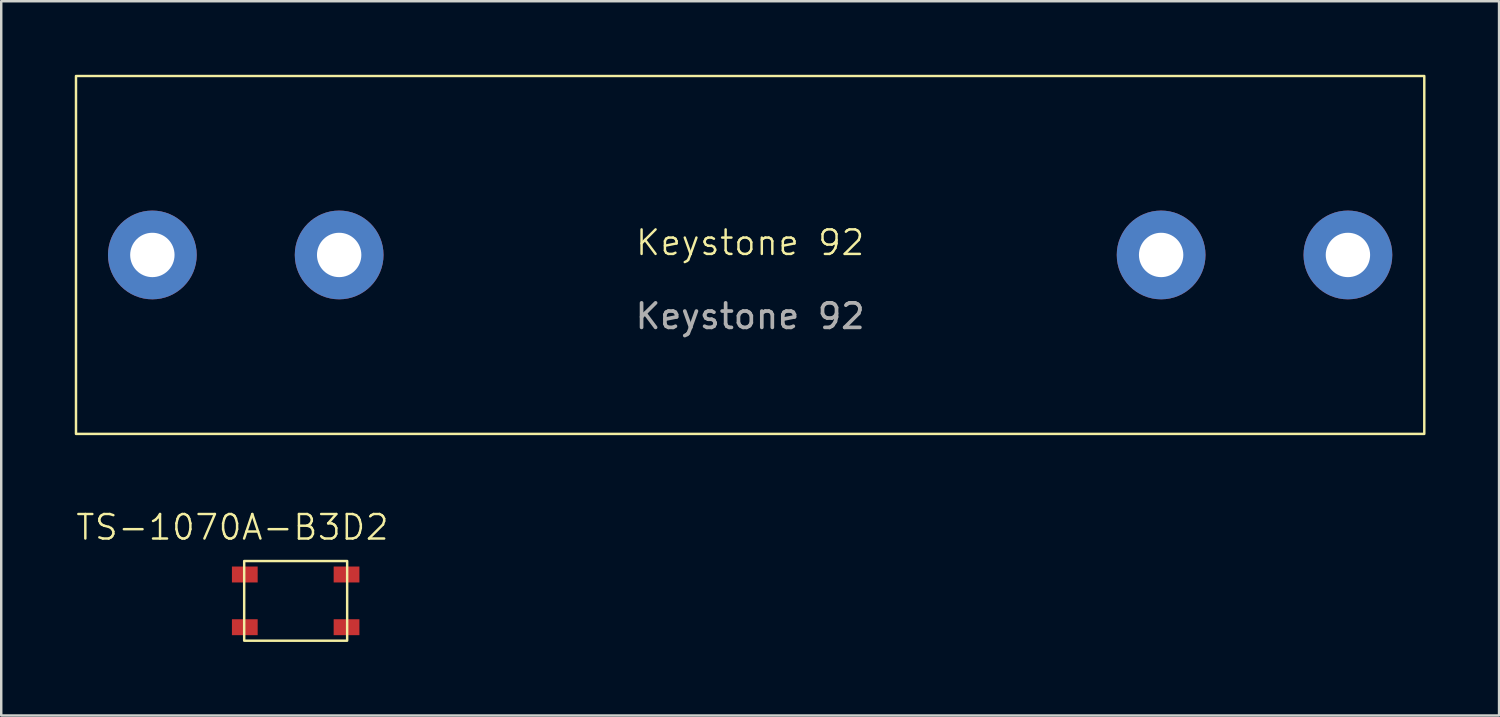
<source format=kicad_pcb>
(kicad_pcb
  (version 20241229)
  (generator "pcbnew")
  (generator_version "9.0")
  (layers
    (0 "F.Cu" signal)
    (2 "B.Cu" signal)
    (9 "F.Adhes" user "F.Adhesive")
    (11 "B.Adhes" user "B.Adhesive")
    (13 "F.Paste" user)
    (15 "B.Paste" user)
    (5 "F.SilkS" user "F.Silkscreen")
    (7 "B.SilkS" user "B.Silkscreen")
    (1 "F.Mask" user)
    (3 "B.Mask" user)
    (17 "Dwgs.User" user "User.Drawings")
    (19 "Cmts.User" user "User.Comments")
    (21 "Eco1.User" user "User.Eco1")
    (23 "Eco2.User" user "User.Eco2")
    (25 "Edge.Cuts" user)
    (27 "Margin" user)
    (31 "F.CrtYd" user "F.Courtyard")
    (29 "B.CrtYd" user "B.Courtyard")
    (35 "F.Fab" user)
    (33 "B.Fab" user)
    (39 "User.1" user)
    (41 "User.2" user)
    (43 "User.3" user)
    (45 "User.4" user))
  (footprint "Keystone 92"
    (layer "F.Cu")
    (at 27.55 7.35)
    (property "Reference" "Keystone 92" (at 0 -0.5 0) (unlocked yes) (layer "F.SilkS") (effects (font (size 1 1) (thickness 0.1))))
    (attr smd)
    (fp_rect (start -27.5 7.3) (end 27.5 -7.3) (stroke (width 0.1) (type default)) (fill no) (layer "F.SilkS"))
    (fp_text user "${REFERENCE}" (at 0 2.5 0) (unlocked yes) (layer "F.Fab") (effects (font (size 1 1) (thickness 0.15))))
    (pad "1" thru_hole circle (at -24.385 0) (size 3.62 3.62) (drill 1.81) (layers "*.Cu" "*.Mask"))
    (pad "1" thru_hole circle (at -16.765 0) (size 3.62 3.62) (drill 1.81) (layers "*.Cu" "*.Mask"))
    (pad "2" thru_hole circle (at 16.765 0) (size 3.62 3.62) (drill 1.81) (layers "*.Cu" "*.Mask"))
    (pad "2" thru_hole circle (at 24.385 0) (size 3.62 3.62) (drill 1.81) (layers "*.Cu" "*.Mask")))
  (footprint "TS-1070A-B3D2"
    (layer "F.Cu")
    (at 9.011 21.46)
    (property "Reference" "TS-1070A-B3D2" (at -2.58 -3 0) (unlocked yes) (layer "F.SilkS") (effects (font (size 1 1) (thickness 0.1))))
    (attr smd)
    (fp_rect (start -2.1 1.625) (end 2.1 -1.625) (stroke (width 0.1) (type default)) (fill no) (layer "F.SilkS"))
    (pad "P1" smd rect (at 2.075 -1.075) (size 1.05 0.65) (layers "F.Cu" "F.Mask" "F.Paste"))
    (pad "P2" smd rect (at -2.075 -1.075) (size 1.05 0.65) (layers "F.Cu" "F.Mask" "F.Paste"))
    (pad "P3" smd rect (at 2.075 1.075) (size 1.05 0.65) (layers "F.Cu" "F.Mask" "F.Paste"))
    (pad "P4" smd rect (at -2.075 1.075) (size 1.05 0.65) (layers "F.Cu" "F.Mask" "F.Paste")))
  (gr_rect
    (start -3 -3)
    (end 58.1 26.136)
    (stroke (width 0.1) (type default))
    (fill no)
    (layer "Edge.Cuts")))
</source>
